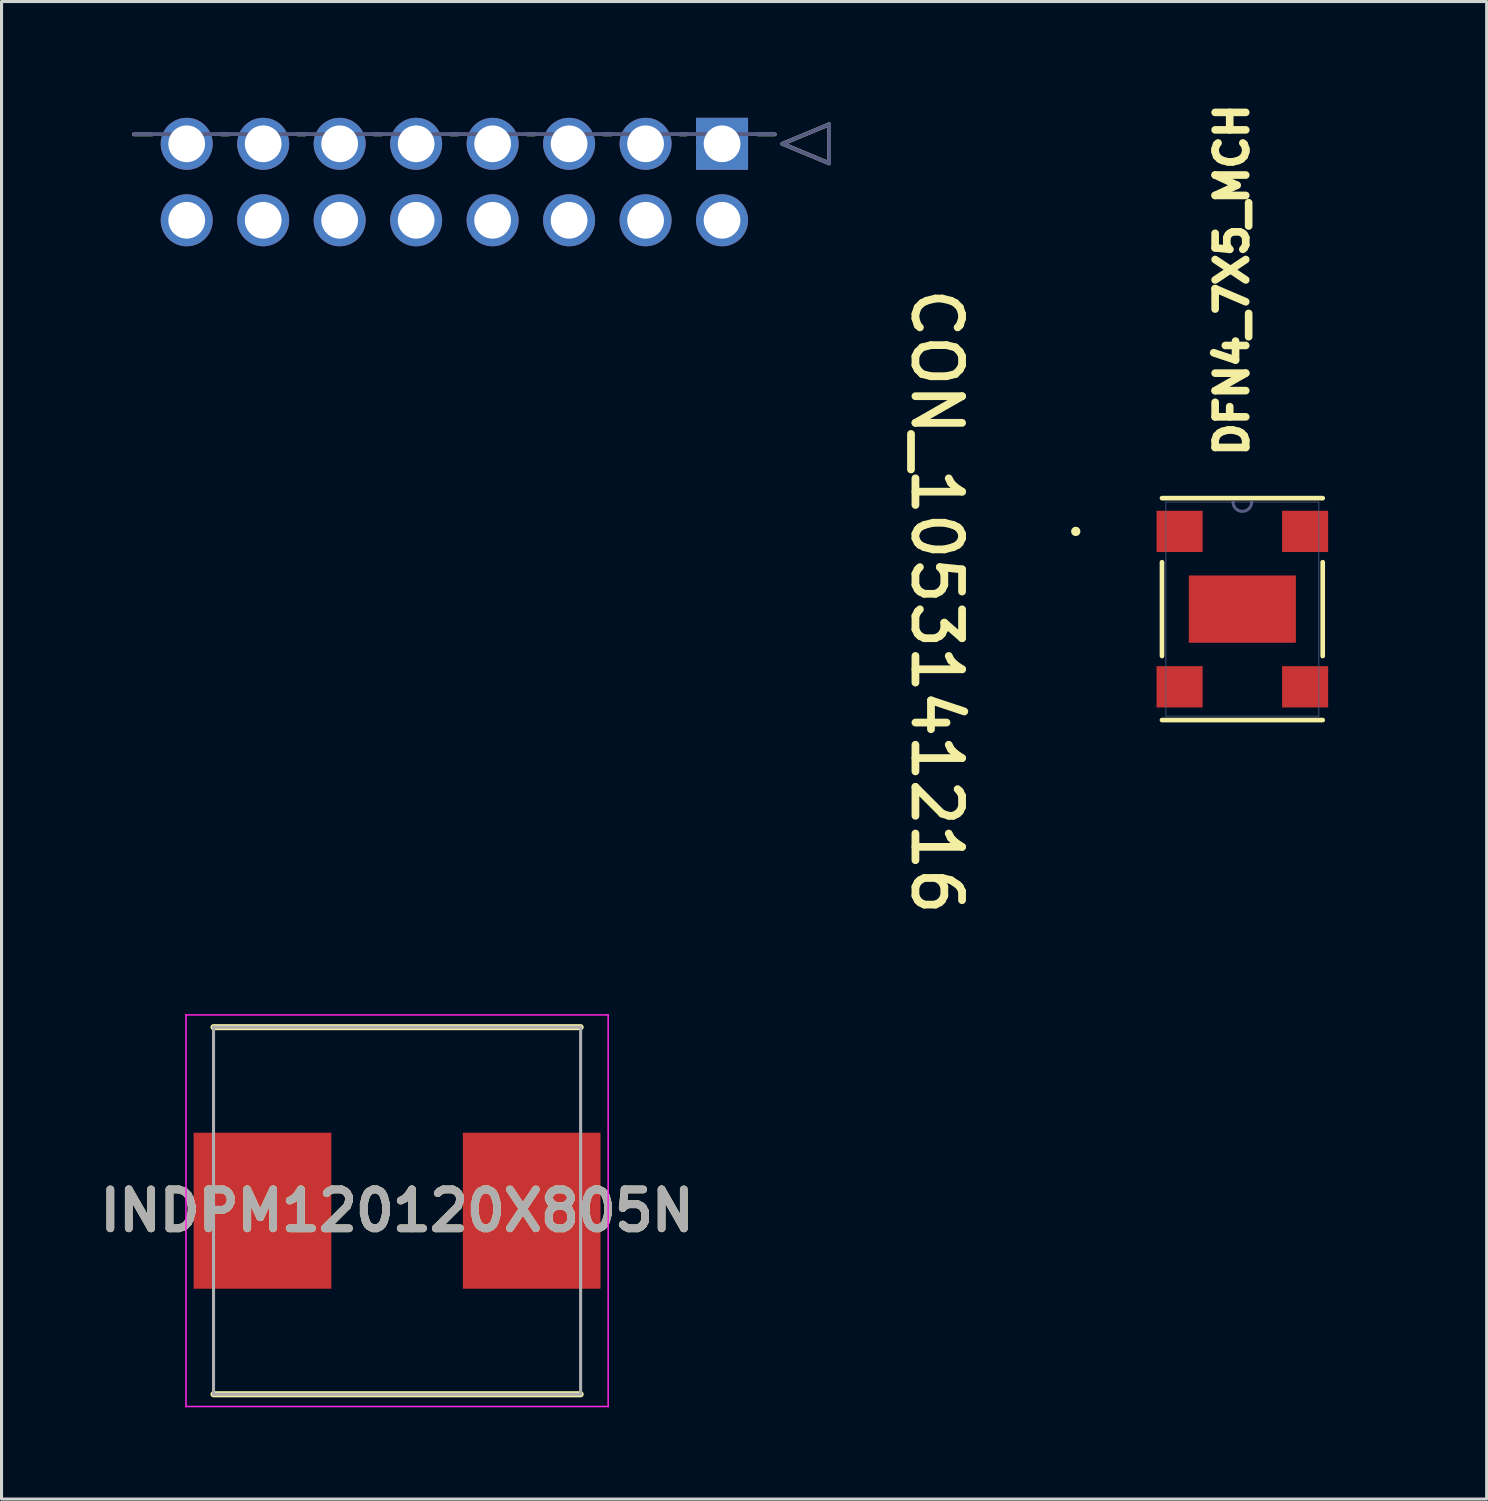
<source format=kicad_pcb>
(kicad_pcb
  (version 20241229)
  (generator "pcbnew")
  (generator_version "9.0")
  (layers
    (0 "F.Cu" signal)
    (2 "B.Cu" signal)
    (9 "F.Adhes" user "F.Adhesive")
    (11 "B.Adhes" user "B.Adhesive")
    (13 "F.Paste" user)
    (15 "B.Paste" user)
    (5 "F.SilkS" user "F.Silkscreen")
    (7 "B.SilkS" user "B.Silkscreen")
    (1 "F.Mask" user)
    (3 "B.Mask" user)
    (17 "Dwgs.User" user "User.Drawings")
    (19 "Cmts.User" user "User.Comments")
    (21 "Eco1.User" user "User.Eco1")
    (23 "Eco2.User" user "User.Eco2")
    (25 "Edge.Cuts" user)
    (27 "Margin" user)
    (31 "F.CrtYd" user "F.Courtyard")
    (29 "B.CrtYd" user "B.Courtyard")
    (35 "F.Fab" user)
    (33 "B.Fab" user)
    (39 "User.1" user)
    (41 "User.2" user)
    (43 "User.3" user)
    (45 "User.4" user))
  (footprint "DFN4_7X5_MCH"
    (layer "F.Cu")
    (at 37.561 16.861)
    (property "Reference" "DFN4_7X5_MCH" (at 0.246 -4.882 90) (unlocked yes) (layer "F.SilkS") (effects (font (size 1 1) (thickness 0.254)) (justify left bottom)))
    (fp_line (start -2.627 1.533) (end -2.627 -1.533) (stroke (width 0.152) (type solid)) (layer "F.SilkS"))
    (fp_line (start 2.627 -3.627) (end -2.627 -3.627) (stroke (width 0.152) (type solid)) (layer "F.SilkS"))
    (fp_line (start 2.627 1.533) (end 2.627 -1.533) (stroke (width 0.152) (type solid)) (layer "F.SilkS"))
    (fp_line (start 2.627 3.627) (end -2.627 3.627) (stroke (width 0.152) (type solid)) (layer "F.SilkS"))
    (fp_circle (center -5.446 -2.54) (end -5.523 -2.54) (stroke (width 0.152) (type solid)) (fill no) (layer "F.SilkS"))
    (fp_line (start -3.059 3.469) (end -3.059 -3.469) (stroke (width 0.152) (type solid)) (layer "Eco1.User"))
    (fp_line (start -2.754 -3.469) (end -3.059 -3.469) (stroke (width 0.152) (type solid)) (layer "Eco1.User"))
    (fp_line (start -2.754 -3.469) (end -2.754 -3.754) (stroke (width 0.152) (type solid)) (layer "Eco1.User"))
    (fp_line (start -2.754 3.469) (end -3.059 3.469) (stroke (width 0.152) (type solid)) (layer "Eco1.User"))
    (fp_line (start -2.754 3.754) (end -2.754 3.469) (stroke (width 0.152) (type solid)) (layer "Eco1.User"))
    (fp_line (start 2.754 -3.754) (end -2.754 -3.754) (stroke (width 0.152) (type solid)) (layer "Eco1.User"))
    (fp_line (start 2.754 -3.469) (end 2.754 -3.754) (stroke (width 0.152) (type solid)) (layer "Eco1.User"))
    (fp_line (start 2.754 3.754) (end -2.754 3.754) (stroke (width 0.152) (type solid)) (layer "Eco1.User"))
    (fp_line (start 2.754 3.754) (end 2.754 3.469) (stroke (width 0.152) (type solid)) (layer "Eco1.User"))
    (fp_line (start 3.059 -3.469) (end 2.754 -3.469) (stroke (width 0.152) (type solid)) (layer "Eco1.User"))
    (fp_line (start 3.059 3.469) (end 2.754 3.469) (stroke (width 0.152) (type solid)) (layer "Eco1.User"))
    (fp_line (start 3.059 3.469) (end 3.059 -3.469) (stroke (width 0.152) (type solid)) (layer "Eco1.User"))
    (fp_line (start -2.5 3.5) (end -2.5 -3.5) (stroke (width 0.025) (type solid)) (layer "B.Fab"))
    (fp_line (start 2.5 -3.5) (end -2.5 -3.5) (stroke (width 0.025) (type solid)) (layer "B.Fab"))
    (fp_line (start 2.5 3.5) (end -2.5 3.5) (stroke (width 0.025) (type solid)) (layer "B.Fab"))
    (fp_line (start 2.5 3.5) (end 2.5 -3.5) (stroke (width 0.025) (type solid)) (layer "B.Fab"))
    (fp_arc (start 0.3048 -3.5) (mid 0 -3.1952) (end -0.3048 -3.5) (stroke (width 0.1) (type solid)) (layer "B.Fab"))
    (fp_line (start -4.719 -2.286) (end -4.592 -2.54) (stroke (width 0.025) (type solid)) (layer "User.7"))
    (fp_line (start -4.592 2.54) (end -4.719 2.286) (stroke (width 0.025) (type solid)) (layer "User.7"))
    (fp_line (start -4.592 2.54) (end -4.592 -2.54) (stroke (width 0.025) (type solid)) (layer "User.7"))
    (fp_line (start -4.592 2.54) (end -4.465 2.286) (stroke (width 0.025) (type solid)) (layer "User.7"))
    (fp_line (start -4.465 -2.286) (end -4.719 -2.286) (stroke (width 0.025) (type solid)) (layer "User.7"))
    (fp_line (start -4.465 -2.286) (end -4.592 -2.54) (stroke (width 0.025) (type solid)) (layer "User.7"))
    (fp_line (start -4.465 2.286) (end -4.719 2.286) (stroke (width 0.025) (type solid)) (layer "User.7"))
    (fp_line (start -2.754 -4.953) (end -2.754 -5.207) (stroke (width 0.025) (type solid)) (layer "User.7"))
    (fp_line (start -2.754 -4.953) (end -2.5 -5.08) (stroke (width 0.025) (type solid)) (layer "User.7"))
    (fp_line (start -2.5 -8.89) (end -2.246 -9.017) (stroke (width 0.025) (type solid)) (layer "User.7"))
    (fp_line (start -2.5 -5.08) (end -3.77 -5.08) (stroke (width 0.025) (type solid)) (layer "User.7"))
    (fp_line (start -2.5 -5.08) (end -2.754 -5.207) (stroke (width 0.025) (type solid)) (layer "User.7"))
    (fp_line (start -2.5 -2.54) (end -2.5 -9.271) (stroke (width 0.025) (type solid)) (layer "User.7"))
    (fp_line (start -2.5 -2.54) (end -2.5 -5.461) (stroke (width 0.025) (type solid)) (layer "User.7"))
    (fp_line (start -2.5 6.04) (end -2.246 5.913) (stroke (width 0.025) (type solid)) (layer "User.7"))
    (fp_line (start -2.5 6.421) (end -2.5 3.5) (stroke (width 0.025) (type solid)) (layer "User.7"))
    (fp_line (start -2.246 -8.763) (end -2.5 -8.89) (stroke (width 0.025) (type solid)) (layer "User.7"))
    (fp_line (start -2.246 -8.763) (end -2.246 -9.017) (stroke (width 0.025) (type solid)) (layer "User.7"))
    (fp_line (start -2.246 6.167) (end -2.5 6.04) (stroke (width 0.025) (type solid)) (layer "User.7"))
    (fp_line (start -2.246 6.167) (end -2.246 5.913) (stroke (width 0.025) (type solid)) (layer "User.7"))
    (fp_line (start -2.052 -2.54) (end -4.973 -2.54) (stroke (width 0.025) (type solid)) (layer "User.7"))
    (fp_line (start -2.052 2.54) (end -4.973 2.54) (stroke (width 0.025) (type solid)) (layer "User.7"))
    (fp_line (start -1.3 -5.08) (end -1.046 -5.207) (stroke (width 0.025) (type solid)) (layer "User.7"))
    (fp_line (start -1.3 -2.54) (end -1.3 -5.461) (stroke (width 0.025) (type solid)) (layer "User.7"))
    (fp_line (start -1.046 -4.953) (end -1.3 -5.08) (stroke (width 0.025) (type solid)) (layer "User.7"))
    (fp_line (start -1.046 -4.953) (end -1.046 -5.207) (stroke (width 0.025) (type solid)) (layer "User.7"))
    (fp_line (start -0.03 -5.08) (end -1.3 -5.08) (stroke (width 0.025) (type solid)) (layer "User.7"))
    (fp_line (start 2.246 -8.763) (end 2.246 -9.017) (stroke (width 0.025) (type solid)) (layer "User.7"))
    (fp_line (start 2.246 -8.763) (end 2.5 -8.89) (stroke (width 0.025) (type solid)) (layer "User.7"))
    (fp_line (start 2.246 6.167) (end 2.246 5.913) (stroke (width 0.025) (type solid)) (layer "User.7"))
    (fp_line (start 2.246 6.167) (end 2.5 6.04) (stroke (width 0.025) (type solid)) (layer "User.7"))
    (fp_line (start 2.5 -8.89) (end -2.5 -8.89) (stroke (width 0.025) (type solid)) (layer "User.7"))
    (fp_line (start 2.5 -8.89) (end 2.246 -9.017) (stroke (width 0.025) (type solid)) (layer "User.7"))
    (fp_line (start 2.5 -2.54) (end 2.5 -9.271) (stroke (width 0.025) (type solid)) (layer "User.7"))
    (fp_line (start 2.5 6.04) (end -2.5 6.04) (stroke (width 0.025) (type solid)) (layer "User.7"))
    (fp_line (start 2.5 6.04) (end 2.246 5.913) (stroke (width 0.025) (type solid)) (layer "User.7"))
    (fp_line (start 2.5 6.421) (end 2.5 3.5) (stroke (width 0.025) (type solid)) (layer "User.7"))
    (fp_line (start 4.465 -3.246) (end 4.592 -3.5) (stroke (width 0.025) (type solid)) (layer "User.7"))
    (fp_line (start 4.592 3.5) (end 4.465 3.246) (stroke (width 0.025) (type solid)) (layer "User.7"))
    (fp_line (start 4.592 3.5) (end 4.592 -3.5) (stroke (width 0.025) (type solid)) (layer "User.7"))
    (fp_line (start 4.592 3.5) (end 4.719 3.246) (stroke (width 0.025) (type solid)) (layer "User.7"))
    (fp_line (start 4.719 -3.246) (end 4.465 -3.246) (stroke (width 0.025) (type solid)) (layer "User.7"))
    (fp_line (start 4.719 -3.246) (end 4.592 -3.5) (stroke (width 0.025) (type solid)) (layer "User.7"))
    (fp_line (start 4.719 3.246) (end 4.465 3.246) (stroke (width 0.025) (type solid)) (layer "User.7"))
    (fp_line (start 4.973 -3.5) (end 2.5 -3.5) (stroke (width 0.025) (type solid)) (layer "User.7"))
    (fp_line (start 4.973 3.5) (end 2.5 3.5) (stroke (width 0.025) (type solid)) (layer "User.7"))
    (pad "1" smd rect (at -2.052 -2.54) (size 1.505 1.349) (layers "F.Cu" "F.Mask" "F.Paste"))
    (pad "2" smd rect (at -2.052 2.54) (size 1.505 1.349) (layers "F.Cu" "F.Mask" "F.Paste"))
    (pad "3" smd rect (at 2.052 2.54) (size 1.505 1.349) (layers "F.Cu" "F.Mask" "F.Paste"))
    (pad "4" smd rect (at 2.052 -2.54) (size 1.505 1.349) (layers "F.Cu" "F.Mask" "F.Paste"))
    (pad "5" smd rect (at 0 0) (size 3.5 2.2) (layers "F.Cu" "F.Mask" "F.Paste")))
  (footprint "INDPM120120X805N"
    (layer "F.Cu")
    (at 9.93 36.527)
    (property "Reference" "INDPM120120X805N" (at 0 0 0) (layer "F.SilkS") (effects (font (size 1.27 1.27) (thickness 0.254))))
    (attr smd)
    (fp_line (start -6 6) (end 6 6) (stroke (width 0.2) (type solid)) (layer "F.SilkS"))
    (fp_line (start 6 -6) (end -6 -6) (stroke (width 0.2) (type solid)) (layer "F.SilkS"))
    (fp_line (start -6.9 -6.4) (end 6.9 -6.4) (stroke (width 0.05) (type solid)) (layer "F.CrtYd"))
    (fp_line (start -6.9 6.4) (end -6.9 -6.4) (stroke (width 0.05) (type solid)) (layer "F.CrtYd"))
    (fp_line (start 6.9 -6.4) (end 6.9 6.4) (stroke (width 0.05) (type solid)) (layer "F.CrtYd"))
    (fp_line (start 6.9 6.4) (end -6.9 6.4) (stroke (width 0.05) (type solid)) (layer "F.CrtYd"))
    (fp_line (start -6 -6) (end 6 -6) (stroke (width 0.1) (type solid)) (layer "F.Fab"))
    (fp_line (start -6 6) (end -6 -6) (stroke (width 0.1) (type solid)) (layer "F.Fab"))
    (fp_line (start 6 -6) (end 6 6) (stroke (width 0.1) (type solid)) (layer "F.Fab"))
    (fp_line (start 6 6) (end -6 6) (stroke (width 0.1) (type solid)) (layer "F.Fab"))
    (fp_text user "${REFERENCE}" (at 0 0 0) (layer "F.Fab") (effects (font (size 1.27 1.27) (thickness 0.254))))
    (pad "1" smd rect (at -4.4 0) (size 4.5 5.1) (layers "F.Cu" "F.Mask" "F.Paste"))
    (pad "2" smd rect (at 4.4 0) (size 4.5 5.1) (layers "F.Cu" "F.Mask" "F.Paste")))
  (footprint "CON_1053141216"
    (layer "F.Cu")
    (at 20.553 1.651)
    (property "Reference" "CON_1053141216" (at 6.122 4.6 270) (unlocked yes) (layer "F.SilkS") (effects (font (size 1.524 1.524) (thickness 0.254)) (justify left bottom)))
    (fp_line (start -18.628 -0.31) (end -19.22 -0.31) (stroke (width 0.127) (type solid)) (layer "F.SilkS"))
    (fp_line (start -16.128 -0.31) (end -16.372 -0.31) (stroke (width 0.127) (type solid)) (layer "F.SilkS"))
    (fp_line (start -13.628 -0.31) (end -13.872 -0.31) (stroke (width 0.127) (type solid)) (layer "F.SilkS"))
    (fp_line (start -11.128 -0.31) (end -11.372 -0.31) (stroke (width 0.127) (type solid)) (layer "F.SilkS"))
    (fp_line (start -8.628 -0.31) (end -8.872 -0.31) (stroke (width 0.127) (type solid)) (layer "F.SilkS"))
    (fp_line (start -6.128 -0.31) (end -6.372 -0.31) (stroke (width 0.127) (type solid)) (layer "F.SilkS"))
    (fp_line (start -3.628 -0.31) (end -3.872 -0.31) (stroke (width 0.127) (type solid)) (layer "F.SilkS"))
    (fp_line (start -1.17 -0.31) (end -1.372 -0.31) (stroke (width 0.127) (type solid)) (layer "F.SilkS"))
    (fp_line (start 1.72 -0.31) (end 1.17 -0.31) (stroke (width 0.127) (type solid)) (layer "F.SilkS"))
    (fp_line (start 1.974 0) (end 3.498 -0.635) (stroke (width 0.127) (type solid)) (layer "F.SilkS"))
    (fp_line (start 3.498 0.635) (end 1.974 0) (stroke (width 0.127) (type solid)) (layer "F.SilkS"))
    (fp_line (start 3.498 0.635) (end 3.498 -0.635) (stroke (width 0.127) (type solid)) (layer "F.SilkS"))
    (fp_line (start 2.99 -1.588) (end -20.49 -1.588) (stroke (width 0.127) (type solid)) (layer "Eco1.User"))
    (fp_line (start 1.72 -0.318) (end -19.22 -0.318) (stroke (width 0.127) (type solid)) (layer "B.Fab"))
    (fp_line (start 1.974 0) (end 3.498 -0.635) (stroke (width 0.127) (type solid)) (layer "B.Fab"))
    (fp_line (start 3.498 0.635) (end 1.974 0) (stroke (width 0.127) (type solid)) (layer "B.Fab"))
    (fp_line (start 3.498 0.635) (end 3.498 -0.635) (stroke (width 0.127) (type solid)) (layer "B.Fab"))
    (pad "1" thru_hole rect (at 0 0) (size 1.7 1.7) (drill 1.2) (layers "*.Cu" "*.Mask"))
    (pad "2" thru_hole circle (at -2.5 0) (size 1.7 1.7) (drill 1.2) (layers "*.Cu" "*.Mask"))
    (pad "3" thru_hole circle (at -5 0) (size 1.7 1.7) (drill 1.2) (layers "*.Cu" "*.Mask"))
    (pad "4" thru_hole circle (at -7.5 0) (size 1.7 1.7) (drill 1.2) (layers "*.Cu" "*.Mask"))
    (pad "5" thru_hole circle (at -10 0) (size 1.7 1.7) (drill 1.2) (layers "*.Cu" "*.Mask"))
    (pad "6" thru_hole circle (at -12.5 0) (size 1.7 1.7) (drill 1.2) (layers "*.Cu" "*.Mask"))
    (pad "7" thru_hole circle (at -15 0) (size 1.7 1.7) (drill 1.2) (layers "*.Cu" "*.Mask"))
    (pad "8" thru_hole circle (at -17.5 0) (size 1.7 1.7) (drill 1.2) (layers "*.Cu" "*.Mask"))
    (pad "9" thru_hole circle (at 0 2.5) (size 1.7 1.7) (drill 1.2) (layers "*.Cu" "*.Mask"))
    (pad "10" thru_hole circle (at -2.5 2.5) (size 1.7 1.7) (drill 1.2) (layers "*.Cu" "*.Mask"))
    (pad "11" thru_hole circle (at -5 2.5) (size 1.7 1.7) (drill 1.2) (layers "*.Cu" "*.Mask"))
    (pad "12" thru_hole circle (at -7.5 2.5) (size 1.7 1.7) (drill 1.2) (layers "*.Cu" "*.Mask"))
    (pad "13" thru_hole circle (at -10 2.5) (size 1.7 1.7) (drill 1.2) (layers "*.Cu" "*.Mask"))
    (pad "14" thru_hole circle (at -12.5 2.5) (size 1.7 1.7) (drill 1.2) (layers "*.Cu" "*.Mask"))
    (pad "15" thru_hole circle (at -15 2.5) (size 1.7 1.7) (drill 1.2) (layers "*.Cu" "*.Mask"))
    (pad "16" thru_hole circle (at -17.5 2.5) (size 1.7 1.7) (drill 1.2) (layers "*.Cu" "*.Mask")))
  (gr_rect
    (start -3 -3)
    (end 45.547 45.952)
    (stroke (width 0.1) (type default))
    (fill no)
    (layer "Edge.Cuts")))
</source>
